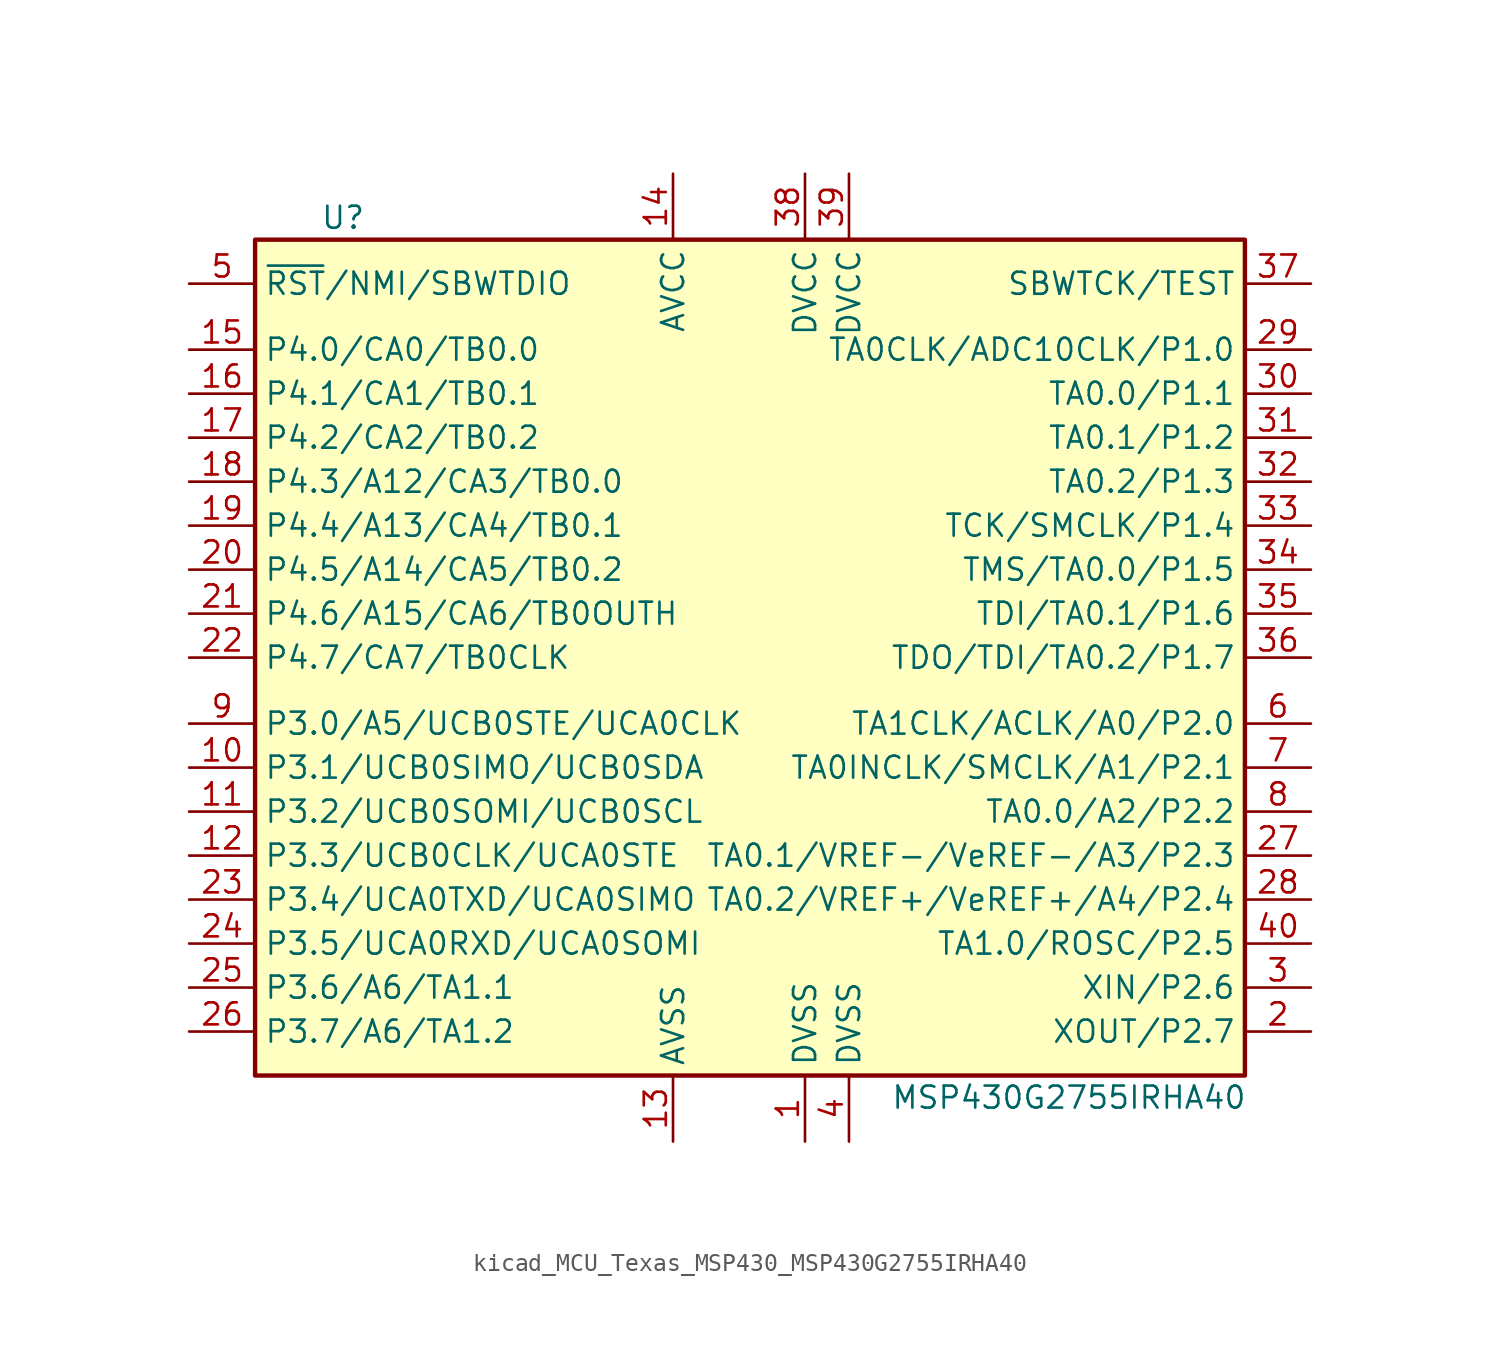
<source format=kicad_sym>
(kicad_symbol_lib
  (version 20220914)
  (generator kicad_symbol_editor)
  (symbol "kicad_MCU_Texas_MSP430_MSP430G2755IRHA40"
    (property "Reference" "U"
      (at -24.13 25.4 0)
      (effects (font (size 1.27 1.27))))
    (property "Value" "MSP430G2755IRHA40"
      (at 17.78 -25.4 0)
      (effects (font (size 1.27 1.27))))
    (symbol "kicad_MCU_Texas_MSP430_MSP430G2755IRHA40_0_1"
      (rectangle (start -29.21 24.13) (end 27.94 -24.13) (stroke (width 0.254) (type default)) (fill (type background))))
    (symbol "kicad_MCU_Texas_MSP430_MSP430G2755IRHA40_1_1"
      (pin power_in line (at 2.54 -27.94 90) (length 3.81) (name "DVSS" (effects (font (size 1.27 1.27)))) (number "1" (effects (font (size 1.27 1.27)))))
      (pin bidirectional line (at -33.02 -6.35 0) (length 3.81) (name "P3.1/UCB0SIMO/UCB0SDA" (effects (font (size 1.27 1.27)))) (number "10" (effects (font (size 1.27 1.27)))))
      (pin bidirectional line (at -33.02 -8.89 0) (length 3.81) (name "P3.2/UCB0SOMI/UCB0SCL" (effects (font (size 1.27 1.27)))) (number "11" (effects (font (size 1.27 1.27)))))
      (pin bidirectional line (at -33.02 -11.43 0) (length 3.81) (name "P3.3/UCB0CLK/UCA0STE" (effects (font (size 1.27 1.27)))) (number "12" (effects (font (size 1.27 1.27)))))
      (pin power_in line (at -5.08 -27.94 90) (length 3.81) (name "AVSS" (effects (font (size 1.27 1.27)))) (number "13" (effects (font (size 1.27 1.27)))))
      (pin power_in line (at -5.08 27.94 270) (length 3.81) (name "AVCC" (effects (font (size 1.27 1.27)))) (number "14" (effects (font (size 1.27 1.27)))))
      (pin bidirectional line (at -33.02 17.78 0) (length 3.81) (name "P4.0/CA0/TB0.0" (effects (font (size 1.27 1.27)))) (number "15" (effects (font (size 1.27 1.27)))))
      (pin bidirectional line (at -33.02 15.24 0) (length 3.81) (name "P4.1/CA1/TB0.1" (effects (font (size 1.27 1.27)))) (number "16" (effects (font (size 1.27 1.27)))))
      (pin bidirectional line (at -33.02 12.7 0) (length 3.81) (name "P4.2/CA2/TB0.2" (effects (font (size 1.27 1.27)))) (number "17" (effects (font (size 1.27 1.27)))))
      (pin bidirectional line (at -33.02 10.16 0) (length 3.81) (name "P4.3/A12/CA3/TB0.0" (effects (font (size 1.27 1.27)))) (number "18" (effects (font (size 1.27 1.27)))))
      (pin bidirectional line (at -33.02 7.62 0) (length 3.81) (name "P4.4/A13/CA4/TB0.1" (effects (font (size 1.27 1.27)))) (number "19" (effects (font (size 1.27 1.27)))))
      (pin bidirectional line (at 31.75 -21.59 180) (length 3.81) (name "XOUT/P2.7" (effects (font (size 1.27 1.27)))) (number "2" (effects (font (size 1.27 1.27)))))
      (pin bidirectional line (at -33.02 5.08 0) (length 3.81) (name "P4.5/A14/CA5/TB0.2" (effects (font (size 1.27 1.27)))) (number "20" (effects (font (size 1.27 1.27)))))
      (pin bidirectional line (at -33.02 2.54 0) (length 3.81) (name "P4.6/A15/CA6/TB0OUTH" (effects (font (size 1.27 1.27)))) (number "21" (effects (font (size 1.27 1.27)))))
      (pin bidirectional line (at -33.02 0 0) (length 3.81) (name "P4.7/CA7/TB0CLK" (effects (font (size 1.27 1.27)))) (number "22" (effects (font (size 1.27 1.27)))))
      (pin bidirectional line (at -33.02 -13.97 0) (length 3.81) (name "P3.4/UCA0TXD/UCA0SIMO" (effects (font (size 1.27 1.27)))) (number "23" (effects (font (size 1.27 1.27)))))
      (pin bidirectional line (at -33.02 -16.51 0) (length 3.81) (name "P3.5/UCA0RXD/UCA0SOMI" (effects (font (size 1.27 1.27)))) (number "24" (effects (font (size 1.27 1.27)))))
      (pin bidirectional line (at -33.02 -19.05 0) (length 3.81) (name "P3.6/A6/TA1.1" (effects (font (size 1.27 1.27)))) (number "25" (effects (font (size 1.27 1.27)))))
      (pin bidirectional line (at -33.02 -21.59 0) (length 3.81) (name "P3.7/A6/TA1.2" (effects (font (size 1.27 1.27)))) (number "26" (effects (font (size 1.27 1.27)))))
      (pin bidirectional line (at 31.75 -11.43 180) (length 3.81) (name "TA0.1/VREF-/VeREF-/A3/P2.3" (effects (font (size 1.27 1.27)))) (number "27" (effects (font (size 1.27 1.27)))))
      (pin bidirectional line (at 31.75 -13.97 180) (length 3.81) (name "TA0.2/VREF+/VeREF+/A4/P2.4" (effects (font (size 1.27 1.27)))) (number "28" (effects (font (size 1.27 1.27)))))
      (pin bidirectional line (at 31.75 17.78 180) (length 3.81) (name "TA0CLK/ADC10CLK/P1.0" (effects (font (size 1.27 1.27)))) (number "29" (effects (font (size 1.27 1.27)))))
      (pin bidirectional line (at 31.75 -19.05 180) (length 3.81) (name "XIN/P2.6" (effects (font (size 1.27 1.27)))) (number "3" (effects (font (size 1.27 1.27)))))
      (pin bidirectional line (at 31.75 15.24 180) (length 3.81) (name "TA0.0/P1.1" (effects (font (size 1.27 1.27)))) (number "30" (effects (font (size 1.27 1.27)))))
      (pin bidirectional line (at 31.75 12.7 180) (length 3.81) (name "TA0.1/P1.2" (effects (font (size 1.27 1.27)))) (number "31" (effects (font (size 1.27 1.27)))))
      (pin bidirectional line (at 31.75 10.16 180) (length 3.81) (name "TA0.2/P1.3" (effects (font (size 1.27 1.27)))) (number "32" (effects (font (size 1.27 1.27)))))
      (pin bidirectional line (at 31.75 7.62 180) (length 3.81) (name "TCK/SMCLK/P1.4" (effects (font (size 1.27 1.27)))) (number "33" (effects (font (size 1.27 1.27)))))
      (pin bidirectional line (at 31.75 5.08 180) (length 3.81) (name "TMS/TA0.0/P1.5" (effects (font (size 1.27 1.27)))) (number "34" (effects (font (size 1.27 1.27)))))
      (pin bidirectional line (at 31.75 2.54 180) (length 3.81) (name "TDI/TA0.1/P1.6" (effects (font (size 1.27 1.27)))) (number "35" (effects (font (size 1.27 1.27)))))
      (pin bidirectional line (at 31.75 0 180) (length 3.81) (name "TDO/TDI/TA0.2/P1.7" (effects (font (size 1.27 1.27)))) (number "36" (effects (font (size 1.27 1.27)))))
      (pin input line (at 31.75 21.59 180) (length 3.81) (name "SBWTCK/TEST" (effects (font (size 1.27 1.27)))) (number "37" (effects (font (size 1.27 1.27)))))
      (pin power_in line (at 2.54 27.94 270) (length 3.81) (name "DVCC" (effects (font (size 1.27 1.27)))) (number "38" (effects (font (size 1.27 1.27)))))
      (pin power_in line (at 5.08 27.94 270) (length 3.81) (name "DVCC" (effects (font (size 1.27 1.27)))) (number "39" (effects (font (size 1.27 1.27)))))
      (pin power_in line (at 5.08 -27.94 90) (length 3.81) (name "DVSS" (effects (font (size 1.27 1.27)))) (number "4" (effects (font (size 1.27 1.27)))))
      (pin bidirectional line (at 31.75 -16.51 180) (length 3.81) (name "TA1.0/ROSC/P2.5" (effects (font (size 1.27 1.27)))) (number "40" (effects (font (size 1.27 1.27)))))
      (pin input line (at -33.02 21.59 0) (length 3.81) (name "~{RST}/NMI/SBWTDIO" (effects (font (size 1.27 1.27)))) (number "5" (effects (font (size 1.27 1.27)))))
      (pin bidirectional line (at 31.75 -3.81 180) (length 3.81) (name "TA1CLK/ACLK/A0/P2.0" (effects (font (size 1.27 1.27)))) (number "6" (effects (font (size 1.27 1.27)))))
      (pin bidirectional line (at 31.75 -6.35 180) (length 3.81) (name "TA0INCLK/SMCLK/A1/P2.1" (effects (font (size 1.27 1.27)))) (number "7" (effects (font (size 1.27 1.27)))))
      (pin bidirectional line (at 31.75 -8.89 180) (length 3.81) (name "TA0.0/A2/P2.2" (effects (font (size 1.27 1.27)))) (number "8" (effects (font (size 1.27 1.27)))))
      (pin bidirectional line (at -33.02 -3.81 0) (length 3.81) (name "P3.0/A5/UCB0STE/UCA0CLK" (effects (font (size 1.27 1.27)))) (number "9" (effects (font (size 1.27 1.27))))))))
</source>
